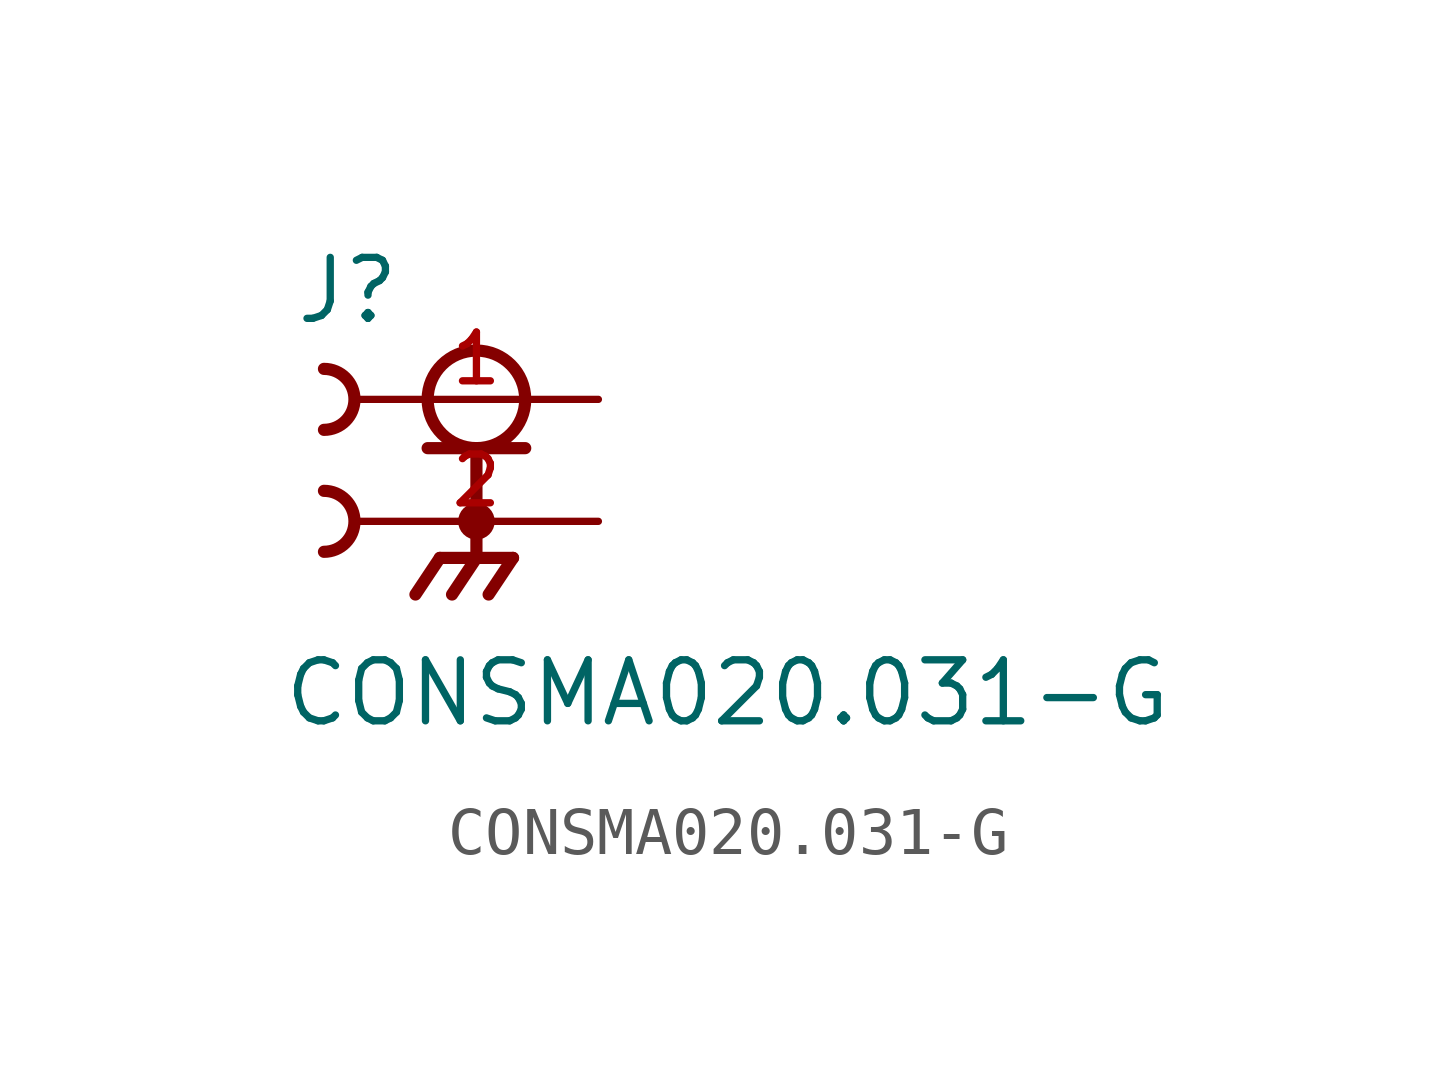
<source format=kicad_sym>
(kicad_symbol_lib
  (version 20211014)
  (generator kicad_symbol_editor)
  (symbol "CONSMA020.031-G"
    (pin_names
      (offset 1.016))
    (property "Reference" "J"
      (at -6.35 1.524 0)
      (effects (font (size 1.27 1.27)) (justify bottom left)))
    (property "Value" "CONSMA020.031-G"
      (at -6.604 -6.858 0)
      (effects (font (size 1.27 1.27)) (justify bottom left)))
    (symbol "CONSMA020.031-G_0_0"
      (circle (center -2.54 0.0) (radius 1.016) (stroke (width 0.254)) (fill (type none)))
      (polyline (pts (xy -3.556 -1.016) (xy -2.54 -1.016)) (stroke (width 0.254)))
      (polyline (pts (xy -2.54 -1.016) (xy -1.524 -1.016)) (stroke (width 0.254)))
      (polyline (pts (xy -2.54 -1.016) (xy -2.54 -3.302)) (stroke (width 0.254)))
      (circle (center -2.54 -2.54) (radius 0.254) (stroke (width 0.254)) (fill (type none)))
      (polyline (pts (xy -2.54 -3.302) (xy -3.302 -3.302)) (stroke (width 0.254)))
      (polyline (pts (xy -2.54 -3.302) (xy -1.778 -3.302)) (stroke (width 0.254)))
      (polyline (pts (xy -3.302 -3.302) (xy -3.81 -4.064)) (stroke (width 0.254)))
      (polyline (pts (xy -2.54 -3.302) (xy -3.048 -4.064)) (stroke (width 0.254)))
      (polyline (pts (xy -1.778 -3.302) (xy -2.286 -4.064)) (stroke (width 0.254)))
      (arc (start -5.715 0.635) (mid -5.08 -0.0) (end -5.715 -0.635) (stroke (width 0.254) (type default) (color 0 0 0 0)) (fill (type none)))
      (arc (start -5.715 -1.905) (mid -5.08 -2.54) (end -5.715 -3.175) (stroke (width 0.254) (type default) (color 0 0 0 0)) (fill (type none)))
      (pin passive line (at 0.0 0.0 180.0) (length 5.08) (name "~" (effects (font (size 1.016 1.016)))) (number "1" (effects (font (size 1.016 1.016)))))
      (pin power_in line (at 0.0 -2.54 180.0) (length 5.08) (name "~" (effects (font (size 1.016 1.016)))) (number "2" (effects (font (size 1.016 1.016)))))
      (pin power_in line (at 0.0 -2.54 180.0) (length 5.08) hide (name "~" (effects (font (size 1.016 1.016)))) (number "3" (effects (font (size 1.016 1.016)))))
      (pin power_in line (at 0.0 -2.54 180.0) (length 5.08) hide (name "~" (effects (font (size 1.016 1.016)))) (number "4" (effects (font (size 1.016 1.016)))))
      (pin power_in line (at 0.0 -2.54 180.0) (length 5.08) hide (name "~" (effects (font (size 1.016 1.016)))) (number "5" (effects (font (size 1.016 1.016))))))))
</source>
